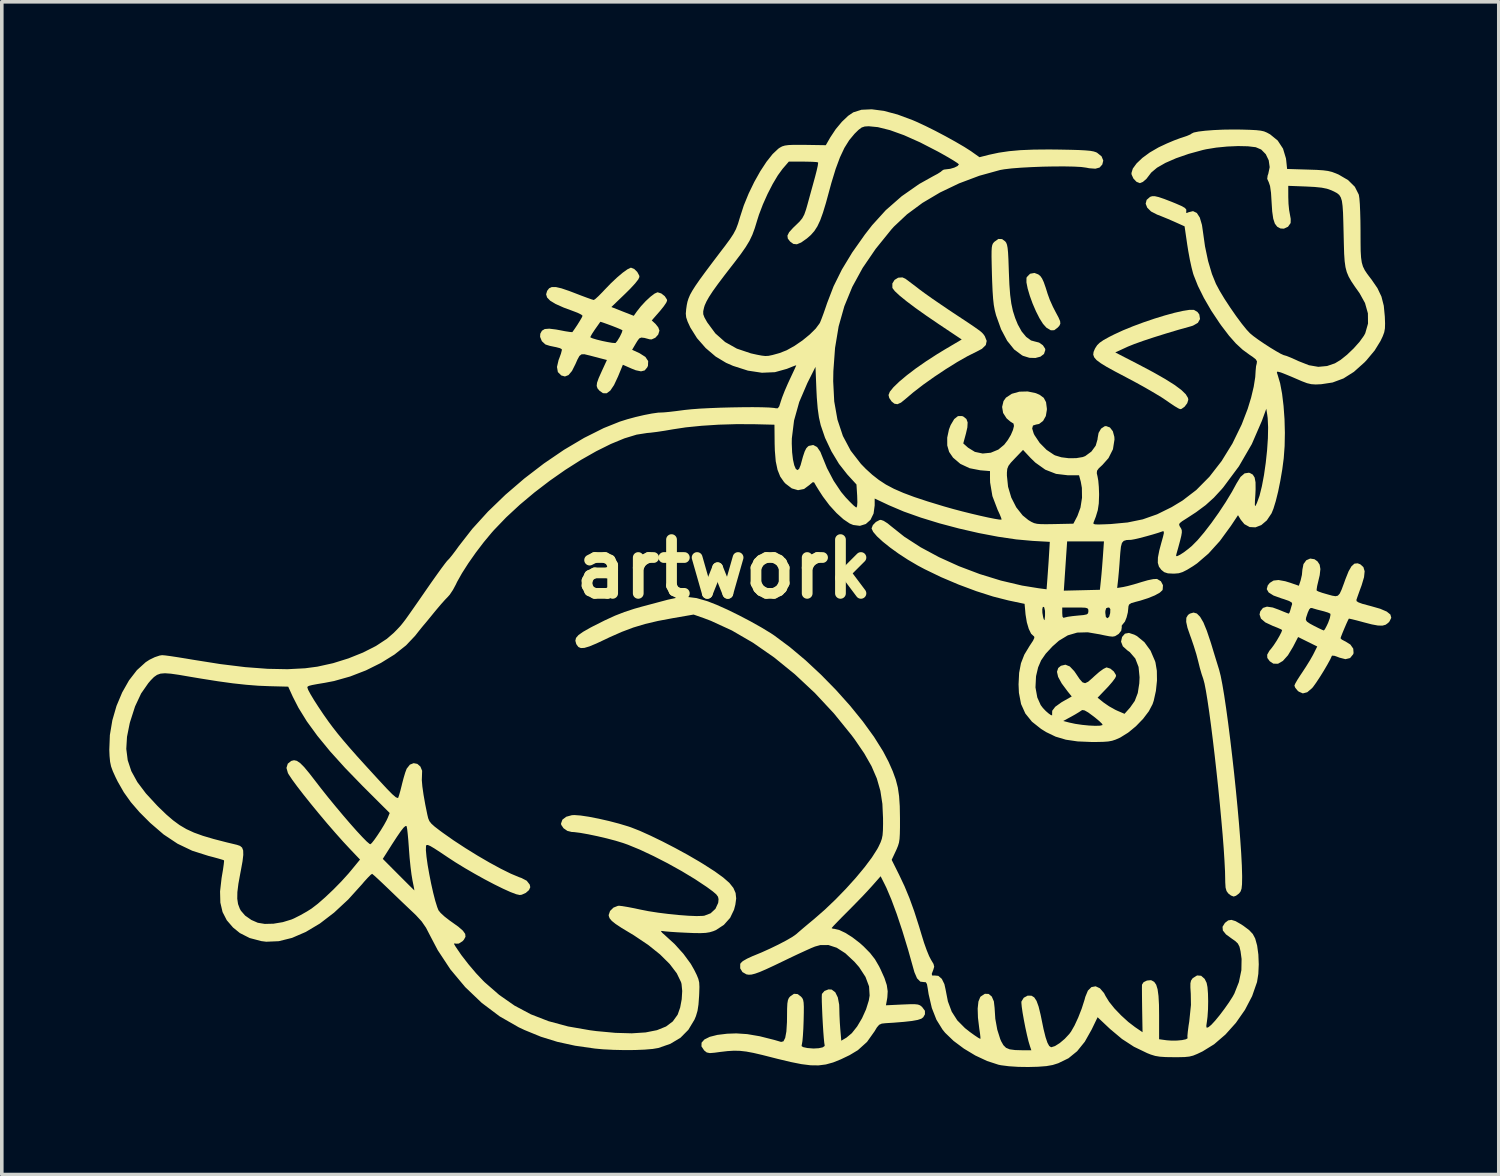
<source format=kicad_pcb>
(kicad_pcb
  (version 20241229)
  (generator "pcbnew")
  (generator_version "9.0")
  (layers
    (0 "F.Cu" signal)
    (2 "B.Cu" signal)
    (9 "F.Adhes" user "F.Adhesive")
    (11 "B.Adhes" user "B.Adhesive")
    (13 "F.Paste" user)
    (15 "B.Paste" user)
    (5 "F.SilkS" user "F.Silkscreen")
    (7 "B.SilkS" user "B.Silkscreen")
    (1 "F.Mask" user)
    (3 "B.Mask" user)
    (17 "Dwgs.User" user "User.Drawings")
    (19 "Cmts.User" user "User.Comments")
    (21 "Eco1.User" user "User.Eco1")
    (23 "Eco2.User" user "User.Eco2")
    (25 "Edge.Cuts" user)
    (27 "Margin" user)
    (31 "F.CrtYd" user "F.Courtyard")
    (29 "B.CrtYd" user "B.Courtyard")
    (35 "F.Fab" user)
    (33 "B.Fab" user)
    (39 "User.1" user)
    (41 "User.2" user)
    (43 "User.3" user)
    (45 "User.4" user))
  (footprint "artwork"
    (layer "F.Cu")
    (at 17.154 12.83)
    (property "Reference" "artwork" (at 0 0 0) (layer "F.SilkS") (effects (font (size 1.5 1.5) (thickness 0.3))))
    (attr board_only exclude_from_pos_files exclude_from_bom)
    (fp_poly (pts (xy 8.77 -8.223) (xy 8.827 -8.177) (xy 8.875 -8.11) (xy 8.923 -8.007) (xy 8.978 -7.85) (xy 9.031 -7.68) (xy 9.092 -7.512) (xy 9.178 -7.32) (xy 9.25 -7.18) (xy 9.335 -7.021) (xy 9.38 -6.917) (xy 9.386 -6.846) (xy 9.358 -6.788) (xy 9.31 -6.736) (xy 9.214 -6.665) (xy 9.12 -6.663) (xy 9.004 -6.732) (xy 8.993 -6.741) (xy 8.903 -6.841) (xy 8.805 -6.997) (xy 8.706 -7.192) (xy 8.613 -7.407) (xy 8.534 -7.625) (xy 8.474 -7.828) (xy 8.44 -7.999) (xy 8.441 -8.12) (xy 8.45 -8.148) (xy 8.542 -8.241) (xy 8.664 -8.263)) (stroke (width 0) (type solid)) (fill yes) (layer "F.SilkS"))
    (fp_poly (pts (xy 7.76 -9.208) (xy 7.846 -9.145) (xy 7.875 -9.107) (xy 7.897 -9.05) (xy 7.914 -8.963) (xy 7.927 -8.832) (xy 7.937 -8.645) (xy 7.946 -8.389) (xy 7.949 -8.297) (xy 7.964 -7.939) (xy 7.986 -7.649) (xy 8.018 -7.408) (xy 8.063 -7.2) (xy 8.125 -7.006) (xy 8.199 -6.825) (xy 8.306 -6.631) (xy 8.434 -6.477) (xy 8.568 -6.379) (xy 8.675 -6.35) (xy 8.793 -6.32) (xy 8.899 -6.245) (xy 8.961 -6.151) (xy 8.967 -6.114) (xy 8.93 -6.003) (xy 8.831 -5.927) (xy 8.689 -5.89) (xy 8.523 -5.895) (xy 8.351 -5.948) (xy 8.319 -5.963) (xy 8.098 -6.127) (xy 7.902 -6.37) (xy 7.733 -6.689) (xy 7.593 -7.079) (xy 7.591 -7.086) (xy 7.556 -7.223) (xy 7.529 -7.369) (xy 7.51 -7.542) (xy 7.495 -7.759) (xy 7.483 -8.035) (xy 7.477 -8.222) (xy 7.47 -8.507) (xy 7.466 -8.718) (xy 7.467 -8.87) (xy 7.473 -8.973) (xy 7.486 -9.041) (xy 7.506 -9.087) (xy 7.535 -9.122) (xy 7.546 -9.133) (xy 7.657 -9.212)) (stroke (width 0) (type solid)) (fill yes) (layer "F.SilkS"))
    (fp_poly (pts (xy 5.06 -8.103) (xy 5.13 -8.052) (xy 5.247 -7.963) (xy 5.391 -7.854) (xy 5.456 -7.803) (xy 5.603 -7.695) (xy 5.801 -7.554) (xy 6.03 -7.397) (xy 6.267 -7.236) (xy 6.393 -7.152) (xy 6.653 -6.98) (xy 6.851 -6.849) (xy 6.996 -6.75) (xy 7.098 -6.678) (xy 7.168 -6.625) (xy 7.213 -6.583) (xy 7.245 -6.546) (xy 7.272 -6.507) (xy 7.278 -6.498) (xy 7.331 -6.367) (xy 7.306 -6.251) (xy 7.199 -6.146) (xy 7.046 -6.065) (xy 6.799 -5.942) (xy 6.507 -5.776) (xy 6.189 -5.578) (xy 5.865 -5.362) (xy 5.554 -5.141) (xy 5.276 -4.926) (xy 5.075 -4.755) (xy 4.94 -4.645) (xy 4.84 -4.6) (xy 4.756 -4.614) (xy 4.677 -4.677) (xy 4.612 -4.773) (xy 4.591 -4.856) (xy 4.627 -4.948) (xy 4.73 -5.075) (xy 4.891 -5.23) (xy 5.102 -5.407) (xy 5.354 -5.599) (xy 5.64 -5.798) (xy 5.951 -5.999) (xy 6.16 -6.126) (xy 6.634 -6.406) (xy 6.002 -6.828) (xy 5.65 -7.068) (xy 5.345 -7.284) (xy 5.093 -7.474) (xy 4.899 -7.632) (xy 4.767 -7.755) (xy 4.703 -7.839) (xy 4.699 -7.848) (xy 4.698 -7.969) (xy 4.76 -8.069) (xy 4.861 -8.131) (xy 4.979 -8.139)) (stroke (width 0) (type solid)) (fill yes) (layer "F.SilkS"))
    (fp_poly (pts (xy 13.109 -7.233) (xy 13.117 -7.231) (xy 13.213 -7.174) (xy 13.264 -7.105) (xy 13.284 -6.978) (xy 13.225 -6.872) (xy 13.088 -6.793) (xy 13.032 -6.775) (xy 12.678 -6.676) (xy 12.328 -6.571) (xy 11.996 -6.467) (xy 11.697 -6.368) (xy 11.449 -6.279) (xy 11.265 -6.205) (xy 11.242 -6.194) (xy 10.919 -6.045) (xy 11.563 -5.713) (xy 11.974 -5.495) (xy 12.308 -5.305) (xy 12.569 -5.141) (xy 12.761 -4.999) (xy 12.886 -4.878) (xy 12.948 -4.775) (xy 12.957 -4.724) (xy 12.927 -4.628) (xy 12.855 -4.532) (xy 12.769 -4.47) (xy 12.732 -4.462) (xy 12.675 -4.486) (xy 12.568 -4.55) (xy 12.43 -4.643) (xy 12.356 -4.695) (xy 12.217 -4.788) (xy 12.019 -4.908) (xy 11.78 -5.047) (xy 11.518 -5.193) (xy 11.25 -5.336) (xy 11.22 -5.352) (xy 10.916 -5.512) (xy 10.683 -5.64) (xy 10.512 -5.745) (xy 10.396 -5.832) (xy 10.33 -5.909) (xy 10.304 -5.982) (xy 10.313 -6.058) (xy 10.349 -6.144) (xy 10.362 -6.168) (xy 10.413 -6.246) (xy 10.484 -6.316) (xy 10.591 -6.39) (xy 10.75 -6.478) (xy 10.893 -6.55) (xy 11.136 -6.662) (xy 11.412 -6.775) (xy 11.708 -6.885) (xy 12.008 -6.987) (xy 12.301 -7.077) (xy 12.571 -7.151) (xy 12.805 -7.204) (xy 12.989 -7.233)) (stroke (width 0) (type solid)) (fill yes) (layer "F.SilkS"))
    (fp_poly (pts (xy 13.196 1.241) (xy 13.286 1.332) (xy 13.378 1.489) (xy 13.473 1.72) (xy 13.577 2.029) (xy 13.6 2.102) (xy 13.666 2.32) (xy 13.733 2.539) (xy 13.791 2.726) (xy 13.817 2.81) (xy 13.86 2.98) (xy 13.908 3.224) (xy 13.96 3.534) (xy 14.014 3.898) (xy 14.07 4.307) (xy 14.126 4.749) (xy 14.181 5.215) (xy 14.235 5.695) (xy 14.285 6.177) (xy 14.331 6.652) (xy 14.372 7.11) (xy 14.406 7.539) (xy 14.433 7.93) (xy 14.451 8.272) (xy 14.459 8.556) (xy 14.459 8.613) (xy 14.456 8.798) (xy 14.443 8.919) (xy 14.416 8.997) (xy 14.373 9.053) (xy 14.288 9.117) (xy 14.223 9.139) (xy 14.147 9.11) (xy 14.073 9.053) (xy 14.024 8.985) (xy 13.997 8.89) (xy 13.988 8.743) (xy 13.987 8.678) (xy 13.982 8.443) (xy 13.967 8.148) (xy 13.945 7.802) (xy 13.915 7.415) (xy 13.878 6.997) (xy 13.837 6.557) (xy 13.792 6.104) (xy 13.743 5.649) (xy 13.693 5.201) (xy 13.642 4.77) (xy 13.591 4.364) (xy 13.541 3.994) (xy 13.493 3.669) (xy 13.449 3.4) (xy 13.409 3.194) (xy 13.374 3.063) (xy 13.368 3.046) (xy 13.328 2.929) (xy 13.28 2.762) (xy 13.235 2.582) (xy 13.233 2.574) (xy 13.182 2.379) (xy 13.11 2.147) (xy 13.033 1.921) (xy 13.013 1.868) (xy 12.934 1.64) (xy 12.898 1.475) (xy 12.902 1.359) (xy 12.949 1.281) (xy 13.002 1.243) (xy 13.103 1.214)) (stroke (width 0) (type solid)) (fill yes) (layer "F.SilkS"))
    (fp_poly (pts (xy -2.505 -8.374) (xy -2.42 -8.29) (xy -2.366 -8.191) (xy -2.36 -8.152) (xy -2.391 -8.084) (xy -2.48 -7.97) (xy -2.619 -7.82) (xy -2.751 -7.689) (xy -3.143 -7.312) (xy -2.83 -7.189) (xy -2.518 -7.067) (xy -2.431 -7.191) (xy -2.316 -7.336) (xy -2.184 -7.478) (xy -2.052 -7.6) (xy -1.937 -7.687) (xy -1.856 -7.723) (xy -1.851 -7.723) (xy -1.75 -7.691) (xy -1.654 -7.616) (xy -1.594 -7.525) (xy -1.588 -7.489) (xy -1.614 -7.429) (xy -1.685 -7.326) (xy -1.785 -7.202) (xy -1.802 -7.183) (xy -2.016 -6.938) (xy -1.909 -6.839) (xy -1.835 -6.746) (xy -1.802 -6.656) (xy -1.802 -6.652) (xy -1.836 -6.543) (xy -1.917 -6.454) (xy -2.02 -6.408) (xy -2.074 -6.411) (xy -2.22 -6.45) (xy -2.309 -6.46) (xy -2.366 -6.435) (xy -2.417 -6.366) (xy -2.456 -6.302) (xy -2.564 -6.119) (xy -2.356 -6.023) (xy -2.194 -5.92) (xy -2.116 -5.803) (xy -2.122 -5.673) (xy -2.142 -5.628) (xy -2.213 -5.543) (xy -2.316 -5.517) (xy -2.464 -5.548) (xy -2.584 -5.596) (xy -2.822 -5.701) (xy -2.958 -5.371) (xy -3.069 -5.134) (xy -3.173 -4.98) (xy -3.274 -4.905) (xy -3.376 -4.907) (xy -3.475 -4.977) (xy -3.53 -5.042) (xy -3.553 -5.11) (xy -3.543 -5.2) (xy -3.497 -5.329) (xy -3.414 -5.515) (xy -3.267 -5.834) (xy -3.446 -5.88) (xy -3.602 -5.921) (xy -3.754 -5.961) (xy -3.776 -5.966) (xy -3.897 -5.995) (xy -3.977 -5.992) (xy -4.035 -5.946) (xy -4.092 -5.842) (xy -4.144 -5.723) (xy -4.242 -5.528) (xy -4.339 -5.413) (xy -4.439 -5.374) (xy -4.542 -5.403) (xy -4.636 -5.497) (xy -4.661 -5.64) (xy -4.616 -5.833) (xy -4.596 -5.884) (xy -4.55 -6.011) (xy -4.526 -6.105) (xy -4.527 -6.136) (xy -4.579 -6.164) (xy -4.684 -6.192) (xy -4.731 -6.201) (xy -4.863 -6.229) (xy -4.968 -6.262) (xy -4.987 -6.27) (xy -5.083 -6.359) (xy -5.126 -6.465) (xy -3.729 -6.465) (xy -3.665 -6.437) (xy -3.548 -6.402) (xy -3.401 -6.366) (xy -3.251 -6.335) (xy -3.122 -6.313) (xy -3.04 -6.307) (xy -3.025 -6.31) (xy -2.978 -6.367) (xy -2.916 -6.468) (xy -2.9 -6.497) (xy -2.853 -6.596) (xy -2.834 -6.658) (xy -2.836 -6.665) (xy -2.886 -6.69) (xy -2.988 -6.733) (xy -3.118 -6.784) (xy -3.253 -6.834) (xy -3.368 -6.875) (xy -3.439 -6.898) (xy -3.452 -6.899) (xy -3.479 -6.86) (xy -3.541 -6.772) (xy -3.604 -6.683) (xy -3.678 -6.571) (xy -3.723 -6.492) (xy -3.729 -6.465) (xy -5.126 -6.465) (xy -5.132 -6.479) (xy -5.127 -6.566) (xy -5.081 -6.651) (xy -5.002 -6.698) (xy -4.876 -6.708) (xy -4.688 -6.685) (xy -4.591 -6.667) (xy -4.43 -6.636) (xy -4.306 -6.617) (xy -4.238 -6.611) (xy -4.231 -6.613) (xy -4.169 -6.7) (xy -4.093 -6.813) (xy -4.021 -6.929) (xy -3.967 -7.022) (xy -3.947 -7.068) (xy -3.984 -7.101) (xy -4.08 -7.149) (xy -4.173 -7.185) (xy -4.475 -7.297) (xy -4.699 -7.397) (xy -4.851 -7.489) (xy -4.937 -7.578) (xy -4.964 -7.667) (xy -4.936 -7.762) (xy -4.935 -7.764) (xy -4.881 -7.834) (xy -4.805 -7.87) (xy -4.694 -7.87) (xy -4.537 -7.834) (xy -4.322 -7.761) (xy -4.178 -7.706) (xy -3.984 -7.631) (xy -3.817 -7.569) (xy -3.696 -7.526) (xy -3.636 -7.509) (xy -3.634 -7.508) (xy -3.589 -7.538) (xy -3.501 -7.618) (xy -3.388 -7.733) (xy -3.33 -7.795) (xy -3.158 -7.973) (xy -2.986 -8.135) (xy -2.828 -8.269) (xy -2.697 -8.363) (xy -2.606 -8.408) (xy -2.592 -8.409)) (stroke (width 0) (type solid)) (fill yes) (layer "F.SilkS"))
    (fp_poly (pts (xy 16.478 -0.274) (xy 16.561 -0.215) (xy 16.622 -0.123) (xy 16.643 -0.000037) (xy 16.624 0.171) (xy 16.584 0.34) (xy 16.553 0.472) (xy 16.538 0.569) (xy 16.54 0.601) (xy 16.588 0.626) (xy 16.695 0.664) (xy 16.84 0.706) (xy 16.843 0.707) (xy 16.973 0.743) (xy 17.065 0.758) (xy 17.13 0.743) (xy 17.182 0.687) (xy 17.233 0.579) (xy 17.297 0.408) (xy 17.341 0.285) (xy 17.429 0.065) (xy 17.511 -0.078) (xy 17.593 -0.151) (xy 17.682 -0.16) (xy 17.757 -0.132) (xy 17.843 -0.055) (xy 17.878 0.062) (xy 17.861 0.227) (xy 17.794 0.452) (xy 17.787 0.471) (xy 17.728 0.632) (xy 17.68 0.767) (xy 17.651 0.852) (xy 17.648 0.861) (xy 17.655 0.897) (xy 17.708 0.931) (xy 17.817 0.971) (xy 17.996 1.019) (xy 18.049 1.033) (xy 18.314 1.109) (xy 18.495 1.187) (xy 18.597 1.27) (xy 18.621 1.361) (xy 18.571 1.462) (xy 18.535 1.502) (xy 18.464 1.554) (xy 18.374 1.579) (xy 18.249 1.576) (xy 18.075 1.544) (xy 17.836 1.482) (xy 17.83 1.48) (xy 17.662 1.435) (xy 17.53 1.402) (xy 17.451 1.385) (xy 17.437 1.384) (xy 17.412 1.431) (xy 17.366 1.531) (xy 17.312 1.657) (xy 17.259 1.784) (xy 17.22 1.884) (xy 17.205 1.931) (xy 17.24 1.968) (xy 17.327 2.014) (xy 17.337 2.018) (xy 17.48 2.107) (xy 17.56 2.221) (xy 17.569 2.345) (xy 17.557 2.379) (xy 17.471 2.484) (xy 17.342 2.515) (xy 17.171 2.471) (xy 17.15 2.462) (xy 17.04 2.422) (xy 16.972 2.416) (xy 16.962 2.425) (xy 16.918 2.521) (xy 16.839 2.665) (xy 16.739 2.836) (xy 16.63 3.011) (xy 16.526 3.169) (xy 16.441 3.287) (xy 16.411 3.323) (xy 16.276 3.438) (xy 16.153 3.47) (xy 16.038 3.42) (xy 16.004 3.39) (xy 15.94 3.31) (xy 15.918 3.253) (xy 15.941 3.197) (xy 16.002 3.09) (xy 16.091 2.952) (xy 16.127 2.899) (xy 16.241 2.725) (xy 16.352 2.546) (xy 16.437 2.396) (xy 16.446 2.378) (xy 16.555 2.161) (xy 16.288 2.029) (xy 16.021 1.897) (xy 15.879 2.172) (xy 15.737 2.407) (xy 15.596 2.564) (xy 15.46 2.643) (xy 15.331 2.64) (xy 15.231 2.574) (xy 15.162 2.481) (xy 15.158 2.39) (xy 15.22 2.28) (xy 15.269 2.222) (xy 15.341 2.126) (xy 15.423 2.001) (xy 15.499 1.871) (xy 15.555 1.762) (xy 15.575 1.702) (xy 15.538 1.679) (xy 15.441 1.636) (xy 15.314 1.586) (xy 15.107 1.489) (xy 15.023 1.417) (xy 16.237 1.417) (xy 16.267 1.466) (xy 16.35 1.523) (xy 16.463 1.584) (xy 16.594 1.65) (xy 16.694 1.697) (xy 16.739 1.714) (xy 16.769 1.679) (xy 16.818 1.587) (xy 16.86 1.497) (xy 16.906 1.371) (xy 16.925 1.278) (xy 16.919 1.245) (xy 16.859 1.216) (xy 16.747 1.181) (xy 16.685 1.165) (xy 16.551 1.131) (xy 16.445 1.1) (xy 16.417 1.09) (xy 16.372 1.086) (xy 16.333 1.123) (xy 16.291 1.215) (xy 16.243 1.36) (xy 16.237 1.417) (xy 15.023 1.417) (xy 14.984 1.383) (xy 14.945 1.267) (xy 14.966 1.179) (xy 15.04 1.085) (xy 15.152 1.049) (xy 15.313 1.073) (xy 15.481 1.134) (xy 15.617 1.19) (xy 15.718 1.23) (xy 15.762 1.244) (xy 15.785 1.208) (xy 15.806 1.141) (xy 15.836 1.035) (xy 15.855 0.976) (xy 15.845 0.936) (xy 15.775 0.894) (xy 15.635 0.843) (xy 15.555 0.818) (xy 15.335 0.739) (xy 15.199 0.653) (xy 15.146 0.56) (xy 15.174 0.457) (xy 15.231 0.386) (xy 15.335 0.321) (xy 15.474 0.306) (xy 15.662 0.34) (xy 15.802 0.383) (xy 16.042 0.466) (xy 16.092 0.316) (xy 16.127 0.165) (xy 16.141 0.014) (xy 16.171 -0.139) (xy 16.249 -0.245) (xy 16.358 -0.293)) (stroke (width 0) (type solid)) (fill yes) (layer "F.SilkS"))
    (fp_poly (pts (xy -0.767 0.81) (xy -0.478 0.893) (xy -0.443 0.905) (xy -0.198 1.001) (xy 0.096 1.133) (xy 0.416 1.29) (xy 0.739 1.459) (xy 1.042 1.629) (xy 1.304 1.788) (xy 1.407 1.857) (xy 1.837 2.177) (xy 2.274 2.544) (xy 2.706 2.947) (xy 3.124 3.373) (xy 3.517 3.812) (xy 3.874 4.252) (xy 4.186 4.682) (xy 4.441 5.089) (xy 4.593 5.38) (xy 4.709 5.642) (xy 4.793 5.873) (xy 4.851 6.097) (xy 4.886 6.337) (xy 4.905 6.617) (xy 4.911 6.951) (xy 4.911 7.206) (xy 4.907 7.394) (xy 4.899 7.531) (xy 4.883 7.635) (xy 4.856 7.724) (xy 4.818 7.817) (xy 4.796 7.865) (xy 4.679 8.115) (xy 4.886 8.53) (xy 5.038 8.852) (xy 5.176 9.185) (xy 5.308 9.55) (xy 5.442 9.968) (xy 5.515 10.211) (xy 5.583 10.431) (xy 5.656 10.635) (xy 5.724 10.801) (xy 5.779 10.907) (xy 5.781 10.91) (xy 5.847 11.02) (xy 5.866 11.097) (xy 5.843 11.176) (xy 5.842 11.18) (xy 5.799 11.291) (xy 5.805 11.342) (xy 5.862 11.343) (xy 5.87 11.342) (xy 5.981 11.352) (xy 6.078 11.436) (xy 6.15 11.582) (xy 6.18 11.716) (xy 6.248 12.065) (xy 6.355 12.352) (xy 6.51 12.594) (xy 6.724 12.81) (xy 6.861 12.918) (xy 6.992 13.012) (xy 7.094 13.08) (xy 7.15 13.11) (xy 7.155 13.11) (xy 7.156 13.065) (xy 7.144 12.958) (xy 7.124 12.823) (xy 7.087 12.519) (xy 7.079 12.264) (xy 7.1 12.069) (xy 7.151 11.944) (xy 7.165 11.928) (xy 7.28 11.853) (xy 7.386 11.857) (xy 7.473 11.93) (xy 7.531 12.065) (xy 7.551 12.242) (xy 7.571 12.551) (xy 7.626 12.854) (xy 7.709 13.117) (xy 7.735 13.178) (xy 7.797 13.287) (xy 7.87 13.36) (xy 7.973 13.403) (xy 8.124 13.423) (xy 8.341 13.429) (xy 8.354 13.429) (xy 8.577 13.429) (xy 8.537 13.311) (xy 8.497 13.177) (xy 8.454 12.998) (xy 8.409 12.792) (xy 8.368 12.58) (xy 8.333 12.382) (xy 8.309 12.216) (xy 8.299 12.103) (xy 8.3 12.069) (xy 8.365 11.963) (xy 8.475 11.904) (xy 8.583 11.907) (xy 8.658 11.954) (xy 8.722 12.051) (xy 8.779 12.208) (xy 8.835 12.436) (xy 8.856 12.538) (xy 8.918 12.841) (xy 8.974 13.065) (xy 9.026 13.219) (xy 9.075 13.309) (xy 9.126 13.343) (xy 9.134 13.344) (xy 9.236 13.312) (xy 9.368 13.229) (xy 9.508 13.111) (xy 9.635 12.975) (xy 9.686 12.906) (xy 9.782 12.738) (xy 9.885 12.515) (xy 9.982 12.267) (xy 10.061 12.021) (xy 10.083 11.938) (xy 10.155 11.764) (xy 10.254 11.666) (xy 10.371 11.644) (xy 10.491 11.7) (xy 10.605 11.833) (xy 10.648 11.916) (xy 10.746 12.075) (xy 10.896 12.262) (xy 11.082 12.456) (xy 11.283 12.639) (xy 11.471 12.783) (xy 11.68 12.925) (xy 11.669 12.287) (xy 11.666 12.059) (xy 11.664 11.859) (xy 11.663 11.705) (xy 11.664 11.613) (xy 11.665 11.597) (xy 11.709 11.529) (xy 11.803 11.483) (xy 11.908 11.473) (xy 11.933 11.479) (xy 12.006 11.521) (xy 12.061 11.6) (xy 12.1 11.727) (xy 12.125 11.912) (xy 12.139 12.163) (xy 12.142 12.459) (xy 12.142 13.121) (xy 12.352 13.15) (xy 12.493 13.16) (xy 12.644 13.158) (xy 12.782 13.145) (xy 12.887 13.123) (xy 12.936 13.096) (xy 12.935 13.084) (xy 12.932 13.03) (xy 12.943 12.91) (xy 12.964 12.747) (xy 12.983 12.628) (xy 13.031 12.164) (xy 13.026 11.853) (xy 13.015 11.674) (xy 13.016 11.559) (xy 13.033 11.485) (xy 13.068 11.432) (xy 13.086 11.413) (xy 13.202 11.341) (xy 13.315 11.35) (xy 13.413 11.436) (xy 13.468 11.547) (xy 13.492 11.666) (xy 13.506 11.846) (xy 13.511 12.061) (xy 13.507 12.286) (xy 13.493 12.496) (xy 13.477 12.623) (xy 13.46 12.742) (xy 13.464 12.794) (xy 13.494 12.796) (xy 13.524 12.781) (xy 13.599 12.719) (xy 13.708 12.601) (xy 13.835 12.446) (xy 13.967 12.271) (xy 14.091 12.095) (xy 14.194 11.934) (xy 14.242 11.847) (xy 14.369 11.526) (xy 14.438 11.195) (xy 14.444 10.882) (xy 14.441 10.859) (xy 14.415 10.667) (xy 14.385 10.538) (xy 14.339 10.449) (xy 14.266 10.38) (xy 14.175 10.317) (xy 14.008 10.195) (xy 13.921 10.086) (xy 13.912 9.983) (xy 13.977 9.878) (xy 13.987 9.868) (xy 14.07 9.805) (xy 14.161 9.79) (xy 14.275 9.825) (xy 14.431 9.914) (xy 14.493 9.955) (xy 14.654 10.075) (xy 14.757 10.185) (xy 14.823 10.309) (xy 14.878 10.507) (xy 14.912 10.758) (xy 14.923 11.032) (xy 14.911 11.297) (xy 14.875 11.524) (xy 14.873 11.53) (xy 14.738 11.918) (xy 14.538 12.301) (xy 14.285 12.664) (xy 13.994 12.989) (xy 13.677 13.262) (xy 13.356 13.46) (xy 13.207 13.531) (xy 13.092 13.578) (xy 12.983 13.605) (xy 12.855 13.618) (xy 12.682 13.622) (xy 12.552 13.622) (xy 12.328 13.619) (xy 12.163 13.608) (xy 12.032 13.586) (xy 11.908 13.548) (xy 11.808 13.508) (xy 11.439 13.33) (xy 11.107 13.114) (xy 10.781 12.841) (xy 10.744 12.807) (xy 10.426 12.507) (xy 10.26 12.85) (xy 10.068 13.191) (xy 9.855 13.455) (xy 9.613 13.652) (xy 9.33 13.79) (xy 9.172 13.84) (xy 8.996 13.871) (xy 8.76 13.889) (xy 8.491 13.896) (xy 8.213 13.892) (xy 7.952 13.875) (xy 7.732 13.847) (xy 7.659 13.832) (xy 7.343 13.729) (xy 7.014 13.575) (xy 6.695 13.383) (xy 6.407 13.168) (xy 6.173 12.943) (xy 6.1 12.854) (xy 5.928 12.576) (xy 5.8 12.25) (xy 5.71 11.863) (xy 5.686 11.707) (xy 5.664 11.584) (xy 5.632 11.53) (xy 5.586 11.527) (xy 5.479 11.514) (xy 5.387 11.421) (xy 5.314 11.251) (xy 5.305 11.22) (xy 5.139 10.628) (xy 4.976 10.093) (xy 4.819 9.622) (xy 4.67 9.221) (xy 4.532 8.895) (xy 4.48 8.789) (xy 4.371 8.573) (xy 4.131 8.845) (xy 4.008 8.98) (xy 3.844 9.154) (xy 3.658 9.345) (xy 3.472 9.534) (xy 3.447 9.559) (xy 3.29 9.716) (xy 3.158 9.852) (xy 3.06 9.954) (xy 3.009 10.012) (xy 3.003 10.02) (xy 3.039 10.037) (xy 3.078 10.04) (xy 3.213 10.071) (xy 3.389 10.154) (xy 3.586 10.279) (xy 3.789 10.435) (xy 3.895 10.53) (xy 4.076 10.714) (xy 4.212 10.888) (xy 4.329 11.089) (xy 4.368 11.168) (xy 4.478 11.413) (xy 4.543 11.61) (xy 4.568 11.783) (xy 4.558 11.953) (xy 4.551 11.999) (xy 4.519 12.174) (xy 4.978 12.152) (xy 5.184 12.144) (xy 5.322 12.143) (xy 5.412 12.153) (xy 5.471 12.175) (xy 5.518 12.212) (xy 5.529 12.222) (xy 5.607 12.327) (xy 5.608 12.425) (xy 5.56 12.508) (xy 5.507 12.548) (xy 5.405 12.582) (xy 5.246 12.611) (xy 5.021 12.636) (xy 4.724 12.66) (xy 4.512 12.673) (xy 4.403 12.685) (xy 4.33 12.718) (xy 4.267 12.791) (xy 4.202 12.899) (xy 3.991 13.196) (xy 3.736 13.426) (xy 3.505 13.565) (xy 3.261 13.682) (xy 3.045 13.769) (xy 2.842 13.825) (xy 2.637 13.851) (xy 2.415 13.848) (xy 2.161 13.816) (xy 1.86 13.756) (xy 1.497 13.669) (xy 1.383 13.64) (xy 1.072 13.561) (xy 0.824 13.503) (xy 0.622 13.465) (xy 0.446 13.445) (xy 0.278 13.441) (xy 0.099 13.452) (xy -0.109 13.476) (xy -0.263 13.497) (xy -0.396 13.508) (xy -0.482 13.49) (xy -0.553 13.434) (xy -0.629 13.32) (xy -0.626 13.217) (xy -0.547 13.128) (xy -0.398 13.054) (xy -0.185 13) (xy 0.088 12.967) (xy 0.343 12.958) (xy 0.647 12.978) (xy 0.998 13.038) (xy 1.406 13.141) (xy 1.594 13.196) (xy 1.659 13.179) (xy 1.708 13.082) (xy 1.741 12.904) (xy 1.757 12.643) (xy 1.759 12.479) (xy 1.761 12.268) (xy 1.768 12.125) (xy 1.784 12.031) (xy 1.81 11.97) (xy 1.845 11.928) (xy 1.953 11.853) (xy 2.056 11.861) (xy 2.148 11.931) (xy 2.184 11.972) (xy 2.208 12.023) (xy 2.222 12.098) (xy 2.228 12.213) (xy 2.227 12.383) (xy 2.222 12.607) (xy 2.214 12.828) (xy 2.202 13.022) (xy 2.189 13.171) (xy 2.175 13.256) (xy 2.172 13.265) (xy 2.165 13.312) (xy 2.209 13.341) (xy 2.32 13.365) (xy 2.335 13.367) (xy 2.496 13.38) (xy 2.642 13.372) (xy 2.753 13.348) (xy 2.808 13.31) (xy 2.809 13.288) (xy 2.798 13.221) (xy 2.785 13.088) (xy 2.771 12.907) (xy 2.758 12.698) (xy 2.746 12.479) (xy 2.737 12.268) (xy 2.73 12.082) (xy 2.728 11.941) (xy 2.732 11.863) (xy 2.733 11.856) (xy 2.804 11.774) (xy 2.916 11.73) (xy 3.005 11.735) (xy 3.105 11.81) (xy 3.176 11.954) (xy 3.214 12.155) (xy 3.218 12.262) (xy 3.222 12.44) (xy 3.232 12.655) (xy 3.245 12.839) (xy 3.273 13.162) (xy 3.418 13.076) (xy 3.567 12.952) (xy 3.716 12.764) (xy 3.852 12.535) (xy 3.964 12.287) (xy 4.041 12.04) (xy 4.064 11.901) (xy 4.048 11.647) (xy 3.949 11.382) (xy 3.771 11.109) (xy 3.639 10.958) (xy 3.386 10.722) (xy 3.146 10.568) (xy 2.914 10.492) (xy 2.685 10.494) (xy 2.54 10.534) (xy 2.432 10.578) (xy 2.266 10.653) (xy 2.059 10.748) (xy 1.831 10.856) (xy 1.695 10.922) (xy 1.401 11.063) (xy 1.173 11.169) (xy 0.999 11.244) (xy 0.868 11.291) (xy 0.77 11.316) (xy 0.693 11.321) (xy 0.627 11.311) (xy 0.515 11.247) (xy 0.452 11.143) (xy 0.453 11.026) (xy 0.465 10.997) (xy 0.525 10.941) (xy 0.645 10.872) (xy 0.799 10.801) (xy 0.823 10.792) (xy 1.05 10.698) (xy 1.289 10.59) (xy 1.522 10.477) (xy 1.732 10.367) (xy 1.9 10.27) (xy 2.008 10.195) (xy 2.015 10.189) (xy 2.092 10.122) (xy 2.216 10.016) (xy 2.371 9.886) (xy 2.512 9.769) (xy 2.811 9.508) (xy 3.113 9.22) (xy 3.407 8.917) (xy 3.681 8.613) (xy 3.925 8.319) (xy 4.128 8.048) (xy 4.278 7.813) (xy 4.318 7.737) (xy 4.37 7.626) (xy 4.404 7.53) (xy 4.425 7.427) (xy 4.435 7.295) (xy 4.439 7.112) (xy 4.438 6.951) (xy 4.42 6.553) (xy 4.364 6.19) (xy 4.265 5.844) (xy 4.117 5.501) (xy 3.913 5.143) (xy 3.648 4.755) (xy 3.561 4.638) (xy 3.069 4.031) (xy 2.539 3.462) (xy 1.98 2.939) (xy 1.401 2.468) (xy 0.812 2.058) (xy 0.22 1.714) (xy -0.365 1.445) (xy -0.563 1.37) (xy -0.848 1.27) (xy -1.421 1.369) (xy -1.842 1.448) (xy -2.203 1.533) (xy -2.531 1.632) (xy -2.852 1.753) (xy -3.194 1.904) (xy -3.302 1.956) (xy -3.56 2.077) (xy -3.754 2.158) (xy -3.895 2.2) (xy -3.994 2.205) (xy -4.063 2.175) (xy -4.112 2.111) (xy -4.125 2.085) (xy -4.148 2) (xy -4.13 1.922) (xy -4.061 1.842) (xy -3.932 1.751) (xy -3.735 1.639) (xy -3.661 1.6) (xy -3.329 1.433) (xy -3.044 1.302) (xy -2.778 1.198) (xy -2.506 1.109) (xy -2.287 1.047) (xy -2.065 0.988) (xy -1.833 0.926) (xy -1.63 0.872) (xy -1.566 0.855) (xy -1.278 0.793) (xy -1.023 0.778)) (stroke (width 0) (type solid)) (fill yes) (layer "F.SilkS"))
    (fp_poly (pts (xy 4.461 -12.786) (xy 4.844 -12.684) (xy 5.268 -12.526) (xy 5.366 -12.484) (xy 5.616 -12.368) (xy 5.896 -12.229) (xy 6.184 -12.077) (xy 6.46 -11.924) (xy 6.703 -11.782) (xy 6.893 -11.661) (xy 6.922 -11.64) (xy 7.13 -11.493) (xy 7.401 -11.562) (xy 7.668 -11.619) (xy 7.954 -11.661) (xy 8.274 -11.69) (xy 8.642 -11.705) (xy 9.074 -11.709) (xy 9.345 -11.706) (xy 9.663 -11.7) (xy 9.907 -11.693) (xy 10.089 -11.683) (xy 10.22 -11.671) (xy 10.314 -11.654) (xy 10.382 -11.632) (xy 10.412 -11.617) (xy 10.537 -11.516) (xy 10.584 -11.399) (xy 10.557 -11.289) (xy 10.482 -11.205) (xy 10.364 -11.172) (xy 10.19 -11.185) (xy 10.109 -11.201) (xy 9.97 -11.22) (xy 9.762 -11.231) (xy 9.503 -11.236) (xy 9.21 -11.235) (xy 8.899 -11.229) (xy 8.588 -11.217) (xy 8.293 -11.201) (xy 8.032 -11.181) (xy 7.821 -11.156) (xy 7.706 -11.136) (xy 7.124 -10.975) (xy 6.561 -10.763) (xy 6.028 -10.508) (xy 5.539 -10.218) (xy 5.106 -9.898) (xy 4.742 -9.556) (xy 4.67 -9.476) (xy 4.231 -8.933) (xy 3.869 -8.403) (xy 3.58 -7.874) (xy 3.358 -7.334) (xy 3.199 -6.771) (xy 3.099 -6.171) (xy 3.052 -5.524) (xy 3.047 -5.243) (xy 3.076 -4.678) (xy 3.166 -4.17) (xy 3.318 -3.713) (xy 3.536 -3.303) (xy 3.821 -2.935) (xy 3.957 -2.795) (xy 4.137 -2.631) (xy 4.321 -2.487) (xy 4.518 -2.358) (xy 4.741 -2.24) (xy 5.002 -2.126) (xy 5.311 -2.01) (xy 5.68 -1.888) (xy 6.12 -1.754) (xy 6.157 -1.743) (xy 6.394 -1.676) (xy 6.648 -1.609) (xy 6.905 -1.545) (xy 7.151 -1.487) (xy 7.371 -1.438) (xy 7.553 -1.402) (xy 7.681 -1.381) (xy 7.743 -1.38) (xy 7.746 -1.381) (xy 7.736 -1.424) (xy 7.696 -1.523) (xy 7.636 -1.653) (xy 7.49 -2.036) (xy 7.426 -2.416) (xy 7.423 -2.528) (xy 7.423 -2.607) (xy 7.895 -2.607) (xy 7.927 -2.297) (xy 8.017 -1.995) (xy 8.156 -1.722) (xy 8.334 -1.497) (xy 8.494 -1.367) (xy 8.579 -1.316) (xy 8.653 -1.282) (xy 8.737 -1.262) (xy 8.85 -1.253) (xy 9.01 -1.252) (xy 9.219 -1.255) (xy 9.75 -1.266) (xy 9.862 -1.48) (xy 9.948 -1.715) (xy 9.991 -1.989) (xy 9.987 -2.266) (xy 9.957 -2.436) (xy 9.908 -2.617) (xy 9.595 -2.617) (xy 9.267 -2.656) (xy 8.966 -2.773) (xy 8.688 -2.971) (xy 8.555 -3.1) (xy 8.345 -3.325) (xy 8.12 -3.091) (xy 8.005 -2.969) (xy 7.938 -2.88) (xy 7.905 -2.796) (xy 7.895 -2.692) (xy 7.895 -2.607) (xy 7.423 -2.607) (xy 7.423 -2.734) (xy 7.153 -2.756) (xy 6.854 -2.814) (xy 6.596 -2.935) (xy 6.392 -3.109) (xy 6.282 -3.269) (xy 6.23 -3.449) (xy 6.229 -3.667) (xy 6.278 -3.897) (xy 6.325 -4.018) (xy 6.424 -4.185) (xy 6.529 -4.268) (xy 6.644 -4.27) (xy 6.687 -4.251) (xy 6.765 -4.187) (xy 6.799 -4.093) (xy 6.791 -3.952) (xy 6.752 -3.782) (xy 6.677 -3.506) (xy 6.811 -3.387) (xy 7.001 -3.27) (xy 7.219 -3.224) (xy 7.444 -3.246) (xy 7.656 -3.334) (xy 7.819 -3.469) (xy 7.92 -3.6) (xy 8.005 -3.743) (xy 8.064 -3.881) (xy 8.092 -3.992) (xy 8.079 -4.06) (xy 8.065 -4.069) (xy 7.995 -4.112) (xy 7.903 -4.19) (xy 7.884 -4.208) (xy 7.789 -4.356) (xy 7.761 -4.524) (xy 7.8 -4.687) (xy 7.868 -4.783) (xy 8.032 -4.891) (xy 8.243 -4.95) (xy 8.475 -4.956) (xy 8.703 -4.908) (xy 8.805 -4.864) (xy 8.922 -4.779) (xy 8.987 -4.657) (xy 9.01 -4.479) (xy 9.01 -4.442) (xy 8.981 -4.27) (xy 8.904 -4.133) (xy 8.793 -4.049) (xy 8.71 -4.033) (xy 8.622 -4.005) (xy 8.6 -3.922) (xy 8.642 -3.784) (xy 8.664 -3.738) (xy 8.81 -3.52) (xy 9.002 -3.326) (xy 9.213 -3.185) (xy 9.242 -3.171) (xy 9.414 -3.119) (xy 9.621 -3.093) (xy 9.83 -3.095) (xy 10.009 -3.125) (xy 10.08 -3.152) (xy 10.253 -3.279) (xy 10.373 -3.443) (xy 10.425 -3.624) (xy 10.426 -3.65) (xy 10.453 -3.799) (xy 10.523 -3.919) (xy 10.621 -3.984) (xy 10.662 -3.99) (xy 10.77 -3.951) (xy 10.851 -3.845) (xy 10.893 -3.689) (xy 10.897 -3.615) (xy 10.854 -3.343) (xy 10.73 -3.096) (xy 10.56 -2.905) (xy 10.458 -2.81) (xy 10.41 -2.743) (xy 10.403 -2.675) (xy 10.424 -2.584) (xy 10.445 -2.465) (xy 10.46 -2.293) (xy 10.467 -2.101) (xy 10.467 -2.059) (xy 10.459 -1.83) (xy 10.431 -1.643) (xy 10.375 -1.458) (xy 10.318 -1.313) (xy 10.307 -1.279) (xy 10.32 -1.257) (xy 10.369 -1.246) (xy 10.467 -1.244) (xy 10.628 -1.249) (xy 10.794 -1.256) (xy 11.263 -1.3) (xy 11.686 -1.387) (xy 12.087 -1.528) (xy 12.492 -1.728) (xy 12.793 -1.91) (xy 13.18 -2.206) (xy 13.547 -2.577) (xy 13.885 -3.012) (xy 14.187 -3.501) (xy 14.447 -4.035) (xy 14.614 -4.47) (xy 14.71 -4.784) (xy 14.782 -5.087) (xy 14.825 -5.357) (xy 14.836 -5.535) (xy 14.848 -5.661) (xy 14.866 -5.736) (xy 14.873 -5.795) (xy 14.841 -5.851) (xy 14.755 -5.92) (xy 14.667 -5.979) (xy 14.473 -6.121) (xy 14.286 -6.294) (xy 14.094 -6.511) (xy 13.882 -6.789) (xy 13.828 -6.865) (xy 13.597 -7.212) (xy 13.393 -7.564) (xy 13.226 -7.9) (xy 13.107 -8.2) (xy 13.09 -8.252) (xy 13.047 -8.419) (xy 12.999 -8.639) (xy 12.955 -8.879) (xy 12.927 -9.055) (xy 12.853 -9.564) (xy 12.573 -9.69) (xy 12.394 -9.768) (xy 12.211 -9.843) (xy 12.085 -9.892) (xy 11.918 -9.978) (xy 11.811 -10.084) (xy 11.767 -10.196) (xy 11.794 -10.302) (xy 11.89 -10.386) (xy 11.948 -10.405) (xy 12.024 -10.405) (xy 12.132 -10.38) (xy 12.285 -10.328) (xy 12.497 -10.246) (xy 12.607 -10.201) (xy 12.768 -10.131) (xy 12.861 -10.078) (xy 12.9 -10.033) (xy 12.901 -9.992) (xy 12.896 -9.938) (xy 12.94 -9.945) (xy 12.963 -9.957) (xy 13.089 -9.988) (xy 13.195 -9.937) (xy 13.278 -9.808) (xy 13.338 -9.603) (xy 13.362 -9.439) (xy 13.423 -9.006) (xy 13.509 -8.597) (xy 13.617 -8.233) (xy 13.728 -7.959) (xy 13.83 -7.768) (xy 13.966 -7.542) (xy 14.124 -7.301) (xy 14.289 -7.063) (xy 14.449 -6.847) (xy 14.59 -6.673) (xy 14.68 -6.578) (xy 14.774 -6.5) (xy 14.911 -6.4) (xy 15.073 -6.29) (xy 15.243 -6.18) (xy 15.403 -6.083) (xy 15.535 -6.008) (xy 15.623 -5.968) (xy 15.641 -5.964) (xy 15.702 -5.946) (xy 15.819 -5.899) (xy 15.97 -5.832) (xy 16.031 -5.803) (xy 16.323 -5.688) (xy 16.584 -5.643) (xy 16.83 -5.666) (xy 17.049 -5.741) (xy 17.206 -5.836) (xy 17.387 -5.981) (xy 17.57 -6.156) (xy 17.734 -6.339) (xy 17.856 -6.509) (xy 17.895 -6.58) (xy 17.972 -6.85) (xy 17.969 -7.136) (xy 17.888 -7.424) (xy 17.736 -7.698) (xy 17.606 -7.881) (xy 17.506 -8.03) (xy 17.432 -8.16) (xy 17.379 -8.287) (xy 17.343 -8.425) (xy 17.32 -8.591) (xy 17.306 -8.798) (xy 17.298 -9.063) (xy 17.291 -9.358) (xy 17.283 -9.687) (xy 17.275 -9.942) (xy 17.262 -10.133) (xy 17.243 -10.273) (xy 17.212 -10.371) (xy 17.169 -10.44) (xy 17.108 -10.49) (xy 17.028 -10.533) (xy 16.948 -10.57) (xy 16.827 -10.613) (xy 16.678 -10.643) (xy 16.481 -10.663) (xy 16.25 -10.675) (xy 15.746 -10.694) (xy 15.747 -10.378) (xy 15.753 -10.194) (xy 15.77 -10.021) (xy 15.792 -9.899) (xy 15.815 -9.771) (xy 15.813 -9.666) (xy 15.81 -9.652) (xy 15.739 -9.552) (xy 15.625 -9.499) (xy 15.529 -9.504) (xy 15.438 -9.553) (xy 15.372 -9.64) (xy 15.327 -9.778) (xy 15.298 -9.979) (xy 15.282 -10.226) (xy 15.265 -10.5) (xy 15.238 -10.69) (xy 15.201 -10.798) (xy 15.199 -10.802) (xy 15.159 -10.889) (xy 15.171 -10.981) (xy 15.188 -11.026) (xy 15.228 -11.216) (xy 15.201 -11.406) (xy 15.119 -11.577) (xy 14.991 -11.707) (xy 14.839 -11.772) (xy 14.621 -11.798) (xy 14.347 -11.804) (xy 14.043 -11.791) (xy 13.737 -11.761) (xy 13.455 -11.715) (xy 13.365 -11.695) (xy 12.967 -11.586) (xy 12.615 -11.464) (xy 12.318 -11.334) (xy 12.084 -11.2) (xy 11.923 -11.065) (xy 11.869 -10.994) (xy 11.786 -10.886) (xy 11.689 -10.803) (xy 11.606 -10.769) (xy 11.606 -10.769) (xy 11.512 -10.806) (xy 11.426 -10.896) (xy 11.375 -11.007) (xy 11.37 -11.05) (xy 11.408 -11.175) (xy 11.514 -11.32) (xy 11.676 -11.474) (xy 11.882 -11.625) (xy 12.121 -11.764) (xy 12.164 -11.785) (xy 12.361 -11.877) (xy 12.56 -11.961) (xy 12.729 -12.024) (xy 12.786 -12.042) (xy 12.919 -12.087) (xy 13.016 -12.129) (xy 13.048 -12.152) (xy 13.109 -12.182) (xy 13.241 -12.209) (xy 13.431 -12.232) (xy 13.664 -12.25) (xy 13.928 -12.262) (xy 14.207 -12.266) (xy 14.438 -12.264) (xy 14.679 -12.257) (xy 14.854 -12.248) (xy 14.978 -12.234) (xy 15.072 -12.213) (xy 15.152 -12.179) (xy 15.238 -12.132) (xy 15.241 -12.13) (xy 15.451 -11.959) (xy 15.6 -11.732) (xy 15.682 -11.46) (xy 15.69 -11.398) (xy 15.714 -11.165) (xy 16.299 -11.147) (xy 16.543 -11.139) (xy 16.721 -11.127) (xy 16.856 -11.109) (xy 16.967 -11.082) (xy 17.076 -11.041) (xy 17.153 -11.008) (xy 17.416 -10.854) (xy 17.604 -10.668) (xy 17.713 -10.452) (xy 17.717 -10.438) (xy 17.731 -10.345) (xy 17.744 -10.183) (xy 17.753 -9.967) (xy 17.76 -9.715) (xy 17.763 -9.442) (xy 17.763 -9.418) (xy 17.764 -9.111) (xy 17.767 -8.874) (xy 17.778 -8.694) (xy 17.798 -8.555) (xy 17.831 -8.442) (xy 17.881 -8.34) (xy 17.951 -8.235) (xy 18.045 -8.111) (xy 18.065 -8.086) (xy 18.235 -7.839) (xy 18.347 -7.603) (xy 18.412 -7.348) (xy 18.441 -7.046) (xy 18.448 -6.853) (xy 18.444 -6.717) (xy 18.425 -6.609) (xy 18.384 -6.498) (xy 18.32 -6.363) (xy 18.157 -6.099) (xy 17.926 -5.822) (xy 17.871 -5.765) (xy 17.578 -5.503) (xy 17.287 -5.319) (xy 16.983 -5.206) (xy 16.668 -5.158) (xy 16.511 -5.151) (xy 16.389 -5.159) (xy 16.27 -5.187) (xy 16.125 -5.242) (xy 15.998 -5.297) (xy 15.824 -5.372) (xy 15.666 -5.437) (xy 15.551 -5.482) (xy 15.523 -5.491) (xy 15.444 -5.511) (xy 15.428 -5.485) (xy 15.452 -5.413) (xy 15.519 -5.186) (xy 15.574 -4.893) (xy 15.615 -4.552) (xy 15.642 -4.182) (xy 15.652 -3.803) (xy 15.645 -3.433) (xy 15.62 -3.092) (xy 15.579 -2.779) (xy 15.525 -2.464) (xy 15.464 -2.163) (xy 15.398 -1.897) (xy 15.332 -1.682) (xy 15.28 -1.555) (xy 15.148 -1.358) (xy 14.994 -1.227) (xy 14.831 -1.164) (xy 14.669 -1.172) (xy 14.522 -1.253) (xy 14.421 -1.376) (xy 14.344 -1.503) (xy 14.146 -1.205) (xy 13.837 -0.782) (xy 13.52 -0.432) (xy 13.203 -0.159) (xy 13.091 -0.082) (xy 12.923 0.021) (xy 12.798 0.084) (xy 12.692 0.117) (xy 12.577 0.127) (xy 12.537 0.128) (xy 12.386 0.12) (xy 12.285 0.087) (xy 12.205 0.023) (xy 12.138 -0.066) (xy 12.106 -0.175) (xy 12.109 -0.321) (xy 12.117 -0.363) (xy 12.616 -0.363) (xy 12.645 -0.36) (xy 12.726 -0.399) (xy 12.826 -0.463) (xy 12.956 -0.561) (xy 13.053 -0.642) (xy 13.212 -0.802) (xy 13.398 -1.021) (xy 13.6 -1.283) (xy 13.805 -1.571) (xy 14.001 -1.868) (xy 14.176 -2.157) (xy 14.303 -2.39) (xy 14.415 -2.572) (xy 14.528 -2.67) (xy 14.646 -2.688) (xy 14.675 -2.681) (xy 14.756 -2.636) (xy 14.808 -2.554) (xy 14.833 -2.421) (xy 14.835 -2.224) (xy 14.829 -2.087) (xy 14.817 -1.904) (xy 14.814 -1.797) (xy 14.82 -1.756) (xy 14.836 -1.771) (xy 14.866 -1.832) (xy 14.872 -1.845) (xy 14.944 -2.044) (xy 15.01 -2.31) (xy 15.069 -2.622) (xy 15.118 -2.963) (xy 15.155 -3.311) (xy 15.178 -3.649) (xy 15.184 -3.956) (xy 15.172 -4.213) (xy 15.16 -4.306) (xy 15.133 -4.473) (xy 15.01 -4.135) (xy 14.729 -3.487) (xy 14.37 -2.868) (xy 13.936 -2.284) (xy 13.887 -2.226) (xy 13.67 -1.991) (xy 13.441 -1.784) (xy 13.174 -1.586) (xy 12.912 -1.415) (xy 12.784 -1.334) (xy 12.717 -1.28) (xy 12.7 -1.237) (xy 12.72 -1.188) (xy 12.735 -1.165) (xy 12.761 -1.122) (xy 12.775 -1.078) (xy 12.776 -1.017) (xy 12.761 -0.926) (xy 12.728 -0.791) (xy 12.676 -0.598) (xy 12.624 -0.414) (xy 12.616 -0.363) (xy 12.117 -0.363) (xy 12.147 -0.517) (xy 12.202 -0.724) (xy 12.25 -0.895) (xy 12.274 -0.998) (xy 12.273 -1.047) (xy 12.251 -1.056) (xy 12.235 -1.051) (xy 12.118 -1.011) (xy 11.959 -0.963) (xy 11.781 -0.913) (xy 11.607 -0.867) (xy 11.461 -0.833) (xy 11.367 -0.816) (xy 11.354 -0.815) (xy 11.234 -0.81) (xy 11.155 -0.786) (xy 11.105 -0.729) (xy 11.077 -0.624) (xy 11.059 -0.455) (xy 11.051 -0.35) (xy 11.036 -0.137) (xy 11.019 0.073) (xy 11.003 0.247) (xy 10.998 0.296) (xy 10.972 0.528) (xy 11.142 0.501) (xy 11.265 0.474) (xy 11.436 0.428) (xy 11.621 0.372) (xy 11.65 0.363) (xy 11.827 0.312) (xy 11.978 0.281) (xy 12.078 0.276) (xy 12.088 0.278) (xy 12.193 0.342) (xy 12.25 0.45) (xy 12.242 0.571) (xy 12.233 0.592) (xy 12.161 0.659) (xy 12.023 0.735) (xy 11.834 0.812) (xy 11.612 0.883) (xy 11.488 0.915) (xy 11.364 0.951) (xy 11.303 0.992) (xy 11.284 1.053) (xy 11.284 1.072) (xy 11.27 1.208) (xy 11.235 1.349) (xy 11.189 1.465) (xy 11.14 1.526) (xy 11.136 1.528) (xy 11.098 1.581) (xy 11.1 1.629) (xy 11.085 1.721) (xy 11.014 1.811) (xy 10.914 1.873) (xy 10.844 1.886) (xy 10.751 1.876) (xy 10.61 1.849) (xy 10.49 1.823) (xy 10.151 1.765) (xy 9.857 1.773) (xy 9.594 1.85) (xy 9.347 1.999) (xy 9.167 2.158) (xy 8.979 2.361) (xy 8.85 2.547) (xy 8.766 2.743) (xy 8.711 2.976) (xy 8.707 3.003) (xy 8.692 3.303) (xy 8.743 3.584) (xy 8.838 3.796) (xy 8.9 3.878) (xy 8.98 3.962) (xy 9.061 4.032) (xy 9.126 4.077) (xy 9.159 4.081) (xy 9.156 4.058) (xy 9.159 3.955) (xy 9.243 3.844) (xy 9.412 3.722) (xy 9.463 3.692) (xy 9.704 3.556) (xy 9.593 3.419) (xy 9.424 3.192) (xy 9.324 3.009) (xy 9.292 2.867) (xy 9.327 2.761) (xy 9.403 2.699) (xy 9.528 2.669) (xy 9.65 2.718) (xy 9.774 2.849) (xy 9.817 2.911) (xy 9.924 3.07) (xy 10.004 3.161) (xy 10.077 3.185) (xy 10.162 3.145) (xy 10.278 3.044) (xy 10.338 2.988) (xy 10.469 2.873) (xy 10.586 2.788) (xy 10.669 2.747) (xy 10.68 2.746) (xy 10.782 2.779) (xy 10.878 2.858) (xy 10.936 2.953) (xy 10.941 2.986) (xy 10.913 3.046) (xy 10.837 3.148) (xy 10.729 3.273) (xy 10.683 3.322) (xy 10.426 3.59) (xy 10.596 3.727) (xy 10.746 3.83) (xy 10.917 3.926) (xy 10.972 3.952) (xy 11.177 4.04) (xy 11.332 3.866) (xy 11.463 3.68) (xy 11.547 3.46) (xy 11.589 3.19) (xy 11.597 3.02) (xy 11.569 2.732) (xy 11.478 2.497) (xy 11.324 2.318) (xy 11.254 2.268) (xy 11.13 2.156) (xy 11.08 2.026) (xy 11.109 1.895) (xy 11.189 1.803) (xy 11.3 1.782) (xy 11.45 1.831) (xy 11.525 1.871) (xy 11.731 2.04) (xy 11.903 2.277) (xy 12.029 2.57) (xy 12.041 2.61) (xy 12.079 2.838) (xy 12.083 3.111) (xy 12.053 3.399) (xy 11.993 3.671) (xy 11.96 3.77) (xy 11.856 3.968) (xy 11.695 4.18) (xy 11.495 4.387) (xy 11.277 4.566) (xy 11.063 4.699) (xy 11.043 4.709) (xy 10.93 4.759) (xy 10.83 4.792) (xy 10.721 4.812) (xy 10.581 4.822) (xy 10.389 4.826) (xy 10.254 4.826) (xy 9.867 4.81) (xy 9.54 4.762) (xy 9.254 4.677) (xy 8.988 4.549) (xy 8.85 4.463) (xy 8.593 4.259) (xy 8.578 4.24) (xy 9.467 4.24) (xy 9.636 4.284) (xy 9.804 4.32) (xy 9.995 4.348) (xy 10.187 4.367) (xy 10.36 4.375) (xy 10.493 4.371) (xy 10.564 4.353) (xy 10.566 4.351) (xy 10.547 4.315) (xy 10.472 4.242) (xy 10.357 4.146) (xy 10.313 4.112) (xy 10.164 4.002) (xy 10.064 3.945) (xy 10.002 3.934) (xy 9.978 3.945) (xy 9.911 3.99) (xy 9.797 4.059) (xy 9.695 4.116) (xy 9.467 4.24) (xy 8.578 4.24) (xy 8.409 4.031) (xy 8.29 3.767) (xy 8.23 3.453) (xy 8.22 3.218) (xy 8.236 2.896) (xy 8.287 2.629) (xy 8.381 2.388) (xy 8.527 2.146) (xy 8.537 2.131) (xy 8.624 1.999) (xy 8.661 1.92) (xy 8.654 1.879) (xy 8.64 1.87) (xy 8.57 1.804) (xy 8.505 1.67) (xy 8.451 1.487) (xy 8.416 1.275) (xy 8.413 1.247) (xy 8.402 1.121) (xy 8.882 1.121) (xy 8.885 1.223) (xy 8.906 1.342) (xy 8.914 1.373) (xy 8.934 1.426) (xy 8.947 1.412) (xy 8.957 1.321) (xy 8.959 1.292) (xy 8.959 1.227) (xy 9.439 1.227) (xy 9.446 1.328) (xy 9.472 1.361) (xy 9.514 1.351) (xy 9.594 1.332) (xy 9.73 1.313) (xy 9.879 1.298) (xy 10.033 1.284) (xy 10.12 1.266) (xy 10.159 1.236) (xy 10.161 1.223) (xy 10.641 1.223) (xy 10.656 1.337) (xy 10.7 1.373) (xy 10.748 1.333) (xy 10.777 1.228) (xy 10.777 1.223) (xy 10.781 1.12) (xy 10.754 1.078) (xy 10.718 1.073) (xy 10.664 1.094) (xy 10.642 1.17) (xy 10.641 1.223) (xy 10.161 1.223) (xy 10.168 1.186) (xy 10.169 1.174) (xy 10.165 1.125) (xy 10.141 1.095) (xy 10.081 1.079) (xy 9.968 1.074) (xy 9.804 1.073) (xy 9.439 1.073) (xy 9.439 1.227) (xy 8.959 1.227) (xy 8.958 1.167) (xy 8.938 1.076) (xy 8.927 1.058) (xy 8.897 1.058) (xy 8.882 1.121) (xy 8.402 1.121) (xy 8.388 0.971) (xy 7.937 0.876) (xy 7.509 0.767) (xy 7.037 0.616) (xy 7.003 0.603) (xy 9.483 0.603) (xy 9.987 0.591) (xy 10.49 0.579) (xy 10.517 0.322) (xy 10.533 0.159) (xy 10.551 -0.052) (xy 10.568 -0.275) (xy 10.574 -0.354) (xy 10.603 -0.772) (xy 10.089 -0.772) (xy 9.576 -0.772) (xy 9.55 -0.397) (xy 9.535 -0.173) (xy 9.519 0.066) (xy 9.505 0.273) (xy 9.504 0.291) (xy 9.483 0.603) (xy 7.003 0.603) (xy 6.545 0.432) (xy 6.059 0.226) (xy 5.602 0.005) (xy 5.408 -0.098) (xy 5.134 -0.259) (xy 4.873 -0.429) (xy 4.636 -0.6) (xy 4.431 -0.764) (xy 4.27 -0.912) (xy 4.163 -1.037) (xy 4.119 -1.13) (xy 4.119 -1.137) (xy 4.154 -1.227) (xy 4.239 -1.314) (xy 4.34 -1.367) (xy 4.377 -1.373) (xy 4.456 -1.345) (xy 4.566 -1.275) (xy 4.645 -1.21) (xy 5.032 -0.902) (xy 5.489 -0.607) (xy 6.002 -0.331) (xy 6.556 -0.08) (xy 7.137 0.14) (xy 7.729 0.322) (xy 8.318 0.461) (xy 8.781 0.536) (xy 9.002 0.565) (xy 9.026 0.25) (xy 9.041 0.041) (xy 9.058 -0.2) (xy 9.071 -0.412) (xy 9.092 -0.759) (xy 8.611 -0.786) (xy 8.156 -0.827) (xy 7.648 -0.902) (xy 7.108 -1.005) (xy 6.555 -1.132) (xy 6.009 -1.277) (xy 5.489 -1.437) (xy 5.016 -1.605) (xy 4.609 -1.778) (xy 4.602 -1.781) (xy 4.205 -1.968) (xy 4.205 -1.776) (xy 4.174 -1.549) (xy 4.088 -1.373) (xy 3.957 -1.257) (xy 3.793 -1.206) (xy 3.606 -1.23) (xy 3.509 -1.27) (xy 3.334 -1.388) (xy 3.139 -1.564) (xy 2.943 -1.779) (xy 2.766 -2.015) (xy 2.743 -2.049) (xy 2.648 -2.196) (xy 2.571 -2.32) (xy 2.526 -2.399) (xy 2.52 -2.413) (xy 2.481 -2.426) (xy 2.404 -2.364) (xy 2.391 -2.351) (xy 2.234 -2.234) (xy 2.065 -2.201) (xy 1.892 -2.251) (xy 1.718 -2.383) (xy 1.675 -2.429) (xy 1.569 -2.581) (xy 1.494 -2.769) (xy 1.444 -3.006) (xy 1.419 -3.305) (xy 1.413 -3.502) (xy 1.891 -3.502) (xy 1.901 -3.257) (xy 1.925 -3.053) (xy 1.96 -2.897) (xy 2.002 -2.798) (xy 2.048 -2.761) (xy 2.095 -2.794) (xy 2.14 -2.905) (xy 2.145 -2.926) (xy 2.203 -3.137) (xy 2.251 -3.28) (xy 2.296 -3.37) (xy 2.346 -3.423) (xy 2.369 -3.437) (xy 2.49 -3.462) (xy 2.598 -3.405) (xy 2.69 -3.27) (xy 2.722 -3.189) (xy 2.874 -2.817) (xy 3.06 -2.463) (xy 3.268 -2.152) (xy 3.395 -2) (xy 3.515 -1.874) (xy 3.615 -1.776) (xy 3.681 -1.723) (xy 3.695 -1.716) (xy 3.714 -1.756) (xy 3.722 -1.865) (xy 3.717 -2.028) (xy 3.717 -2.038) (xy 3.697 -2.36) (xy 3.439 -2.642) (xy 3.209 -2.935) (xy 2.998 -3.285) (xy 2.82 -3.661) (xy 2.699 -4.015) (xy 2.65 -4.229) (xy 2.615 -4.478) (xy 2.59 -4.782) (xy 2.579 -4.998) (xy 2.553 -5.642) (xy 2.327 -5.192) (xy 2.1 -4.663) (xy 1.955 -4.146) (xy 1.893 -3.644) (xy 1.891 -3.502) (xy 1.413 -3.502) (xy 1.413 -3.52) (xy 1.408 -4.028) (xy 0.843 -4.042) (xy 0.35 -4.044) (xy -0.147 -4.029) (xy -0.627 -3.998) (xy -1.066 -3.954) (xy -1.428 -3.899) (xy -1.65 -3.861) (xy -1.867 -3.828) (xy -2.051 -3.805) (xy -2.145 -3.797) (xy -2.438 -3.751) (xy -2.779 -3.647) (xy -3.157 -3.491) (xy -3.565 -3.288) (xy -3.991 -3.046) (xy -4.427 -2.769) (xy -4.863 -2.464) (xy -5.29 -2.137) (xy -5.698 -1.795) (xy -6.079 -1.442) (xy -6.422 -1.085) (xy -6.482 -1.017) (xy -6.705 -0.749) (xy -6.926 -0.459) (xy -7.133 -0.164) (xy -7.311 0.114) (xy -7.448 0.357) (xy -7.484 0.433) (xy -7.564 0.582) (xy -7.652 0.714) (xy -7.706 0.775) (xy -7.783 0.855) (xy -7.895 0.98) (xy -8.022 1.13) (xy -8.081 1.201) (xy -8.199 1.346) (xy -8.299 1.468) (xy -8.368 1.55) (xy -8.387 1.572) (xy -8.434 1.629) (xy -8.517 1.732) (xy -8.617 1.859) (xy -8.622 1.865) (xy -8.874 2.131) (xy -9.196 2.386) (xy -9.574 2.62) (xy -9.99 2.827) (xy -10.432 2.998) (xy -10.882 3.125) (xy -11.141 3.175) (xy -11.351 3.21) (xy -11.491 3.236) (xy -11.574 3.257) (xy -11.615 3.276) (xy -11.627 3.299) (xy -11.627 3.305) (xy -11.604 3.372) (xy -11.538 3.495) (xy -11.44 3.658) (xy -11.317 3.849) (xy -11.181 4.052) (xy -11.038 4.255) (xy -10.916 4.419) (xy -10.783 4.589) (xy -10.63 4.774) (xy -10.45 4.984) (xy -10.236 5.227) (xy -9.98 5.509) (xy -9.678 5.839) (xy -9.412 6.126) (xy -9.259 6.282) (xy -9.156 6.37) (xy -9.1 6.39) (xy -9.092 6.383) (xy -9.069 6.317) (xy -9.033 6.192) (xy -8.993 6.034) (xy -8.987 6.007) (xy -8.942 5.834) (xy -8.896 5.68) (xy -8.857 5.576) (xy -8.854 5.57) (xy -8.765 5.458) (xy -8.661 5.417) (xy -8.558 5.437) (xy -8.473 5.511) (xy -8.424 5.629) (xy -8.429 5.782) (xy -8.429 5.782) (xy -8.433 5.888) (xy -8.418 6.064) (xy -8.385 6.297) (xy -8.336 6.574) (xy -8.278 6.858) (xy -8.254 6.957) (xy -8.221 7.035) (xy -8.165 7.106) (xy -8.074 7.188) (xy -7.932 7.297) (xy -7.852 7.356) (xy -7.547 7.571) (xy -7.217 7.787) (xy -6.878 7.997) (xy -6.543 8.192) (xy -6.228 8.363) (xy -5.947 8.502) (xy -5.714 8.6) (xy -5.652 8.621) (xy -5.505 8.698) (xy -5.421 8.806) (xy -5.406 8.879) (xy -5.443 8.96) (xy -5.532 9.038) (xy -5.644 9.088) (xy -5.701 9.096) (xy -5.8 9.074) (xy -5.96 9.013) (xy -6.168 8.919) (xy -6.411 8.799) (xy -6.678 8.659) (xy -6.955 8.505) (xy -7.231 8.345) (xy -7.494 8.184) (xy -7.702 8.048) (xy -7.923 7.9) (xy -8.083 7.796) (xy -8.193 7.731) (xy -8.262 7.701) (xy -8.299 7.7) (xy -8.315 7.723) (xy -8.316 7.729) (xy -8.319 7.847) (xy -8.302 8.03) (xy -8.27 8.258) (xy -8.225 8.513) (xy -8.173 8.777) (xy -8.116 9.031) (xy -8.058 9.257) (xy -8.002 9.436) (xy -7.968 9.522) (xy -7.908 9.597) (xy -7.797 9.699) (xy -7.656 9.808) (xy -7.615 9.837) (xy -7.416 9.979) (xy -7.287 10.091) (xy -7.222 10.182) (xy -7.214 10.262) (xy -7.258 10.343) (xy -7.298 10.387) (xy -7.4 10.451) (xy -7.472 10.455) (xy -7.527 10.445) (xy -7.53 10.47) (xy -7.484 10.547) (xy -7.327 10.776) (xy -7.13 11.03) (xy -6.919 11.279) (xy -6.72 11.49) (xy -6.685 11.525) (xy -6.273 11.884) (xy -5.845 12.183) (xy -5.391 12.425) (xy -4.897 12.617) (xy -4.352 12.764) (xy -3.743 12.87) (xy -3.561 12.894) (xy -3.03 12.943) (xy -2.573 12.956) (xy -2.187 12.931) (xy -1.87 12.868) (xy -1.618 12.766) (xy -1.429 12.624) (xy -1.298 12.442) (xy -1.291 12.43) (xy -1.223 12.235) (xy -1.18 12.005) (xy -1.166 11.775) (xy -1.185 11.578) (xy -1.199 11.527) (xy -1.318 11.281) (xy -1.516 11.021) (xy -1.785 10.754) (xy -2.12 10.486) (xy -2.515 10.221) (xy -2.633 10.15) (xy -2.862 10.012) (xy -3.025 9.904) (xy -3.132 9.818) (xy -3.192 9.746) (xy -3.216 9.679) (xy -3.218 9.654) (xy -3.18 9.542) (xy -3.085 9.448) (xy -2.961 9.399) (xy -2.928 9.396) (xy -2.839 9.406) (xy -2.688 9.431) (xy -2.5 9.467) (xy -2.338 9.502) (xy -2.104 9.548) (xy -1.834 9.59) (xy -1.546 9.626) (xy -1.259 9.655) (xy -0.993 9.675) (xy -0.766 9.684) (xy -0.597 9.679) (xy -0.55 9.674) (xy -0.374 9.607) (xy -0.239 9.482) (xy -0.164 9.32) (xy -0.16 9.299) (xy -0.152 9.213) (xy -0.167 9.145) (xy -0.217 9.077) (xy -0.313 8.995) (xy -0.467 8.882) (xy -0.488 8.867) (xy -0.813 8.651) (xy -1.181 8.429) (xy -1.573 8.211) (xy -1.967 8.009) (xy -2.343 7.832) (xy -2.681 7.693) (xy -2.816 7.645) (xy -3.026 7.581) (xy -3.272 7.516) (xy -3.533 7.455) (xy -3.786 7.402) (xy -4.011 7.362) (xy -4.186 7.34) (xy -4.25 7.337) (xy -4.371 7.307) (xy -4.478 7.233) (xy -4.542 7.139) (xy -4.548 7.101) (xy -4.509 6.993) (xy -4.402 6.912) (xy -4.246 6.869) (xy -4.173 6.865) (xy -4 6.878) (xy -3.768 6.913) (xy -3.498 6.966) (xy -3.211 7.031) (xy -2.929 7.105) (xy -2.673 7.182) (xy -2.596 7.208) (xy -2.349 7.305) (xy -2.05 7.44) (xy -1.716 7.602) (xy -1.366 7.783) (xy -1.019 7.972) (xy -0.694 8.161) (xy -0.565 8.24) (xy -0.258 8.437) (xy -0.023 8.607) (xy 0.149 8.757) (xy 0.262 8.899) (xy 0.324 9.041) (xy 0.34 9.193) (xy 0.317 9.365) (xy 0.28 9.507) (xy 0.171 9.734) (xy -0.003 9.929) (xy -0.223 10.074) (xy -0.3 10.106) (xy -0.398 10.135) (xy -0.509 10.153) (xy -0.651 10.16) (xy -0.843 10.158) (xy -1.073 10.148) (xy -1.294 10.137) (xy -1.489 10.124) (xy -1.641 10.111) (xy -1.729 10.1) (xy -1.738 10.098) (xy -1.761 10.105) (xy -1.719 10.156) (xy -1.652 10.215) (xy -1.379 10.464) (xy -1.131 10.739) (xy -0.928 11.016) (xy -0.833 11.182) (xy -0.761 11.327) (xy -0.716 11.437) (xy -0.692 11.539) (xy -0.686 11.662) (xy -0.691 11.832) (xy -0.695 11.917) (xy -0.712 12.151) (xy -0.739 12.328) (xy -0.783 12.476) (xy -0.824 12.574) (xy -0.994 12.857) (xy -1.216 13.081) (xy -1.499 13.25) (xy -1.831 13.365) (xy -1.99 13.392) (xy -2.215 13.411) (xy -2.485 13.422) (xy -2.783 13.424) (xy -3.086 13.417) (xy -3.377 13.402) (xy -3.604 13.381) (xy -4.155 13.302) (xy -4.649 13.194) (xy -5.11 13.051) (xy -5.564 12.865) (xy -5.728 12.788) (xy -6.259 12.484) (xy -6.76 12.107) (xy -7.222 11.666) (xy -7.635 11.172) (xy -7.989 10.635) (xy -8.202 10.229) (xy -8.316 10.009) (xy -8.438 9.832) (xy -8.596 9.66) (xy -8.655 9.603) (xy -8.802 9.464) (xy -8.986 9.289) (xy -9.184 9.099) (xy -9.366 8.924) (xy -9.522 8.775) (xy -9.657 8.648) (xy -9.758 8.556) (xy -9.814 8.509) (xy -9.819 8.505) (xy -9.858 8.531) (xy -9.937 8.61) (xy -10.043 8.726) (xy -10.099 8.793) (xy -10.486 9.221) (xy -10.881 9.588) (xy -11.277 9.892) (xy -11.671 10.127) (xy -12.055 10.293) (xy -12.425 10.385) (xy -12.774 10.4) (xy -12.909 10.383) (xy -13.236 10.297) (xy -13.51 10.158) (xy -13.701 10.003) (xy -13.876 9.8) (xy -13.993 9.572) (xy -14.055 9.308) (xy -14.063 8.997) (xy -14.021 8.627) (xy -14.01 8.56) (xy -13.98 8.382) (xy -13.96 8.239) (xy -13.951 8.149) (xy -13.954 8.128) (xy -14 8.111) (xy -14.112 8.078) (xy -14.269 8.035) (xy -14.389 8.004) (xy -14.839 7.861) (xy -15.249 7.665) (xy -15.637 7.407) (xy -16.013 7.083) (xy -16.312 6.784) (xy -16.552 6.506) (xy -16.749 6.229) (xy -16.919 5.931) (xy -16.979 5.81) (xy -17.055 5.643) (xy -17.104 5.509) (xy -17.132 5.377) (xy -17.147 5.215) (xy -17.154 5.041) (xy -17.153 5.019) (xy -16.68 5.019) (xy -16.64 5.335) (xy -16.539 5.64) (xy -16.371 5.945) (xy -16.132 6.262) (xy -15.82 6.6) (xy -15.76 6.66) (xy -15.559 6.853) (xy -15.374 7.012) (xy -15.193 7.145) (xy -15.003 7.257) (xy -14.79 7.355) (xy -14.541 7.445) (xy -14.243 7.533) (xy -13.883 7.626) (xy -13.592 7.696) (xy -13.505 7.726) (xy -13.448 7.774) (xy -13.418 7.854) (xy -13.415 7.977) (xy -13.436 8.156) (xy -13.481 8.403) (xy -13.496 8.48) (xy -13.551 8.781) (xy -13.58 9.015) (xy -13.583 9.2) (xy -13.561 9.349) (xy -13.512 9.479) (xy -13.481 9.535) (xy -13.363 9.671) (xy -13.19 9.792) (xy -13.01 9.871) (xy -12.814 9.903) (xy -12.572 9.897) (xy -12.314 9.854) (xy -12.071 9.78) (xy -11.999 9.749) (xy -11.819 9.658) (xy -11.637 9.555) (xy -11.512 9.476) (xy -11.336 9.341) (xy -11.127 9.158) (xy -10.901 8.944) (xy -10.678 8.717) (xy -10.478 8.496) (xy -10.4 8.403) (xy -10.157 8.107) (xy -10.175 8.088) (xy -9.522 8.088) (xy -9.085 8.527) (xy -8.929 8.683) (xy -8.797 8.815) (xy -8.699 8.911) (xy -8.647 8.962) (xy -8.641 8.967) (xy -8.646 8.929) (xy -8.665 8.828) (xy -8.694 8.686) (xy -8.695 8.678) (xy -8.721 8.522) (xy -8.748 8.308) (xy -8.773 8.063) (xy -8.792 7.814) (xy -8.793 7.795) (xy -8.809 7.577) (xy -8.826 7.392) (xy -8.842 7.253) (xy -8.856 7.18) (xy -8.86 7.173) (xy -8.89 7.172) (xy -8.941 7.216) (xy -9.018 7.313) (xy -9.126 7.47) (xy -9.272 7.694) (xy -9.29 7.723) (xy -9.522 8.088) (xy -10.175 8.088) (xy -10.432 7.818) (xy -10.631 7.604) (xy -10.85 7.358) (xy -11.079 7.094) (xy -11.308 6.821) (xy -11.529 6.552) (xy -11.733 6.297) (xy -11.91 6.068) (xy -12.051 5.876) (xy -12.147 5.732) (xy -12.169 5.694) (xy -12.21 5.55) (xy -12.173 5.431) (xy -12.076 5.354) (xy -11.999 5.335) (xy -11.92 5.352) (xy -11.829 5.413) (xy -11.716 5.526) (xy -11.573 5.698) (xy -11.442 5.867) (xy -11.249 6.117) (xy -11.044 6.375) (xy -10.833 6.632) (xy -10.625 6.88) (xy -10.428 7.109) (xy -10.248 7.312) (xy -10.094 7.478) (xy -9.974 7.6) (xy -9.894 7.668) (xy -9.869 7.68) (xy -9.829 7.646) (xy -9.758 7.556) (xy -9.669 7.429) (xy -9.574 7.284) (xy -9.486 7.139) (xy -9.416 7.012) (xy -9.386 6.948) (xy -9.329 6.808) (xy -10.085 6.054) (xy -10.574 5.55) (xy -10.994 5.085) (xy -11.348 4.653) (xy -11.641 4.251) (xy -11.875 3.872) (xy -12.034 3.561) (xy -12.161 3.282) (xy -12.677 3.269) (xy -12.999 3.256) (xy -13.337 3.229) (xy -13.706 3.189) (xy -14.119 3.132) (xy -14.593 3.057) (xy -14.921 3.002) (xy -15.212 2.952) (xy -15.434 2.92) (xy -15.599 2.908) (xy -15.724 2.918) (xy -15.822 2.953) (xy -15.908 3.014) (xy -15.997 3.104) (xy -16.066 3.185) (xy -16.266 3.472) (xy -16.435 3.833) (xy -16.576 4.272) (xy -16.586 4.312) (xy -16.66 4.682) (xy -16.68 5.019) (xy -17.153 5.019) (xy -17.138 4.632) (xy -17.069 4.221) (xy -16.953 3.82) (xy -16.795 3.444) (xy -16.604 3.107) (xy -16.383 2.821) (xy -16.139 2.6) (xy -16.031 2.53) (xy -15.887 2.46) (xy -15.75 2.414) (xy -15.681 2.403) (xy -15.596 2.41) (xy -15.444 2.43) (xy -15.242 2.461) (xy -15.006 2.499) (xy -14.823 2.53) (xy -14.055 2.652) (xy -13.361 2.737) (xy -12.738 2.784) (xy -12.181 2.795) (xy -11.689 2.769) (xy -11.348 2.724) (xy -10.909 2.627) (xy -10.48 2.493) (xy -10.076 2.331) (xy -9.713 2.147) (xy -9.408 1.947) (xy -9.218 1.783) (xy -9.142 1.706) (xy -9.078 1.639) (xy -9.018 1.573) (xy -8.956 1.496) (xy -8.882 1.399) (xy -8.791 1.271) (xy -8.673 1.103) (xy -8.521 0.885) (xy -8.333 0.613) (xy -8.169 0.377) (xy -8.019 0.165) (xy -7.89 -0.014) (xy -7.79 -0.148) (xy -7.727 -0.228) (xy -7.71 -0.245) (xy -7.664 -0.293) (xy -7.582 -0.394) (xy -7.477 -0.533) (xy -7.4 -0.64) (xy -7.025 -1.121) (xy -6.587 -1.603) (xy -6.099 -2.074) (xy -5.574 -2.525) (xy -5.025 -2.946) (xy -4.464 -3.328) (xy -3.904 -3.66) (xy -3.357 -3.934) (xy -2.908 -4.114) (xy -2.699 -4.18) (xy -2.466 -4.243) (xy -2.23 -4.298) (xy -2.013 -4.34) (xy -1.837 -4.365) (xy -1.738 -4.369) (xy -1.664 -4.373) (xy -1.525 -4.386) (xy -1.339 -4.408) (xy -1.125 -4.436) (xy -1.094 -4.44) (xy -0.91 -4.459) (xy -0.673 -4.477) (xy -0.397 -4.491) (xy -0.098 -4.503) (xy 0.211 -4.511) (xy 0.515 -4.516) (xy 0.8 -4.518) (xy 1.052 -4.515) (xy 1.256 -4.508) (xy 1.398 -4.496) (xy 1.45 -4.486) (xy 1.501 -4.487) (xy 1.541 -4.54) (xy 1.58 -4.661) (xy 1.581 -4.666) (xy 1.624 -4.794) (xy 1.693 -4.971) (xy 1.778 -5.167) (xy 1.826 -5.272) (xy 1.905 -5.44) (xy 1.968 -5.575) (xy 2.007 -5.662) (xy 2.017 -5.686) (xy 1.98 -5.676) (xy 1.886 -5.64) (xy 1.753 -5.586) (xy 1.748 -5.585) (xy 1.421 -5.494) (xy 1.059 -5.478) (xy 0.668 -5.537) (xy 0.253 -5.67) (xy 0.058 -5.755) (xy -0.233 -5.93) (xy -0.511 -6.167) (xy -0.753 -6.443) (xy -0.937 -6.736) (xy -0.942 -6.746) (xy -1.016 -6.906) (xy -1.055 -7.023) (xy -1.066 -7.129) (xy -1.06 -7.194) (xy -0.58 -7.194) (xy -0.579 -7.111) (xy -0.546 -7.022) (xy -0.474 -6.894) (xy -0.464 -6.878) (xy -0.241 -6.576) (xy 0.031 -6.335) (xy 0.359 -6.151) (xy 0.75 -6.019) (xy 0.922 -5.981) (xy 1.055 -5.956) (xy 1.153 -5.945) (xy 1.243 -5.95) (xy 1.353 -5.973) (xy 1.513 -6.017) (xy 1.554 -6.029) (xy 1.75 -6.106) (xy 1.968 -6.228) (xy 2.189 -6.379) (xy 2.392 -6.545) (xy 2.559 -6.71) (xy 2.67 -6.86) (xy 2.683 -6.886) (xy 2.722 -6.983) (xy 2.779 -7.136) (xy 2.843 -7.32) (xy 2.878 -7.423) (xy 3.058 -7.891) (xy 3.289 -8.357) (xy 3.578 -8.834) (xy 3.931 -9.334) (xy 4.133 -9.594) (xy 4.514 -10.014) (xy 4.959 -10.404) (xy 5.447 -10.745) (xy 5.835 -10.962) (xy 5.962 -11.03) (xy 6.053 -11.088) (xy 6.085 -11.118) (xy 6.134 -11.147) (xy 6.197 -11.155) (xy 6.312 -11.169) (xy 6.428 -11.203) (xy 6.518 -11.247) (xy 6.554 -11.29) (xy 6.554 -11.296) (xy 6.512 -11.331) (xy 6.409 -11.398) (xy 6.257 -11.489) (xy 6.07 -11.595) (xy 5.969 -11.651) (xy 5.472 -11.907) (xy 5.026 -12.106) (xy 4.632 -12.248) (xy 4.294 -12.332) (xy 4.038 -12.357) (xy 3.927 -12.35) (xy 3.842 -12.322) (xy 3.754 -12.256) (xy 3.644 -12.148) (xy 3.495 -11.969) (xy 3.36 -11.753) (xy 3.236 -11.489) (xy 3.116 -11.166) (xy 2.996 -10.773) (xy 2.938 -10.56) (xy 2.844 -10.215) (xy 2.761 -9.943) (xy 2.684 -9.73) (xy 2.606 -9.564) (xy 2.521 -9.432) (xy 2.424 -9.322) (xy 2.313 -9.225) (xy 2.154 -9.113) (xy 2.034 -9.063) (xy 1.936 -9.073) (xy 1.845 -9.139) (xy 1.781 -9.222) (xy 1.77 -9.304) (xy 1.817 -9.399) (xy 1.927 -9.521) (xy 1.994 -9.585) (xy 2.108 -9.696) (xy 2.185 -9.79) (xy 2.241 -9.895) (xy 2.29 -10.035) (xy 2.334 -10.19) (xy 2.398 -10.424) (xy 2.47 -10.685) (xy 2.535 -10.922) (xy 2.543 -10.951) (xy 2.586 -11.119) (xy 2.616 -11.253) (xy 2.627 -11.334) (xy 2.625 -11.348) (xy 2.575 -11.358) (xy 2.46 -11.365) (xy 2.299 -11.369) (xy 2.206 -11.37) (xy 1.809 -11.37) (xy 1.633 -11.166) (xy 1.502 -10.986) (xy 1.359 -10.746) (xy 1.216 -10.468) (xy 1.085 -10.175) (xy 0.976 -9.889) (xy 0.926 -9.731) (xy 0.859 -9.512) (xy 0.791 -9.327) (xy 0.711 -9.159) (xy 0.607 -8.987) (xy 0.471 -8.792) (xy 0.291 -8.555) (xy 0.255 -8.509) (xy 0.019 -8.204) (xy -0.168 -7.956) (xy -0.312 -7.756) (xy -0.417 -7.595) (xy -0.49 -7.466) (xy -0.538 -7.359) (xy -0.556 -7.301) (xy -0.58 -7.194) (xy -1.06 -7.194) (xy -1.055 -7.257) (xy -1.054 -7.261) (xy -1.039 -7.366) (xy -1.019 -7.462) (xy -0.989 -7.555) (xy -0.946 -7.656) (xy -0.882 -7.771) (xy -0.794 -7.909) (xy -0.676 -8.079) (xy -0.523 -8.288) (xy -0.33 -8.546) (xy -0.092 -8.86) (xy 0.023 -9.01) (xy 0.163 -9.2) (xy 0.262 -9.35) (xy 0.334 -9.486) (xy 0.391 -9.637) (xy 0.448 -9.825) (xy 0.553 -10.149) (xy 0.688 -10.479) (xy 0.844 -10.801) (xy 1.013 -11.102) (xy 1.187 -11.367) (xy 1.357 -11.581) (xy 1.515 -11.73) (xy 1.557 -11.759) (xy 1.623 -11.795) (xy 1.699 -11.818) (xy 1.801 -11.832) (xy 1.947 -11.838) (xy 2.153 -11.838) (xy 2.268 -11.837) (xy 2.841 -11.828) (xy 2.965 -12.044) (xy 3.117 -12.274) (xy 3.29 -12.482) (xy 3.465 -12.648) (xy 3.608 -12.745) (xy 3.837 -12.817) (xy 4.123 -12.83)) (stroke (width 0) (type solid)) (fill yes) (layer "F.SilkS")))
  (gr_rect
    (start -3 -3)
    (end 38.775 29.727)
    (stroke (width 0.1) (type default))
    (fill no)
    (layer "Edge.Cuts")))
</source>
